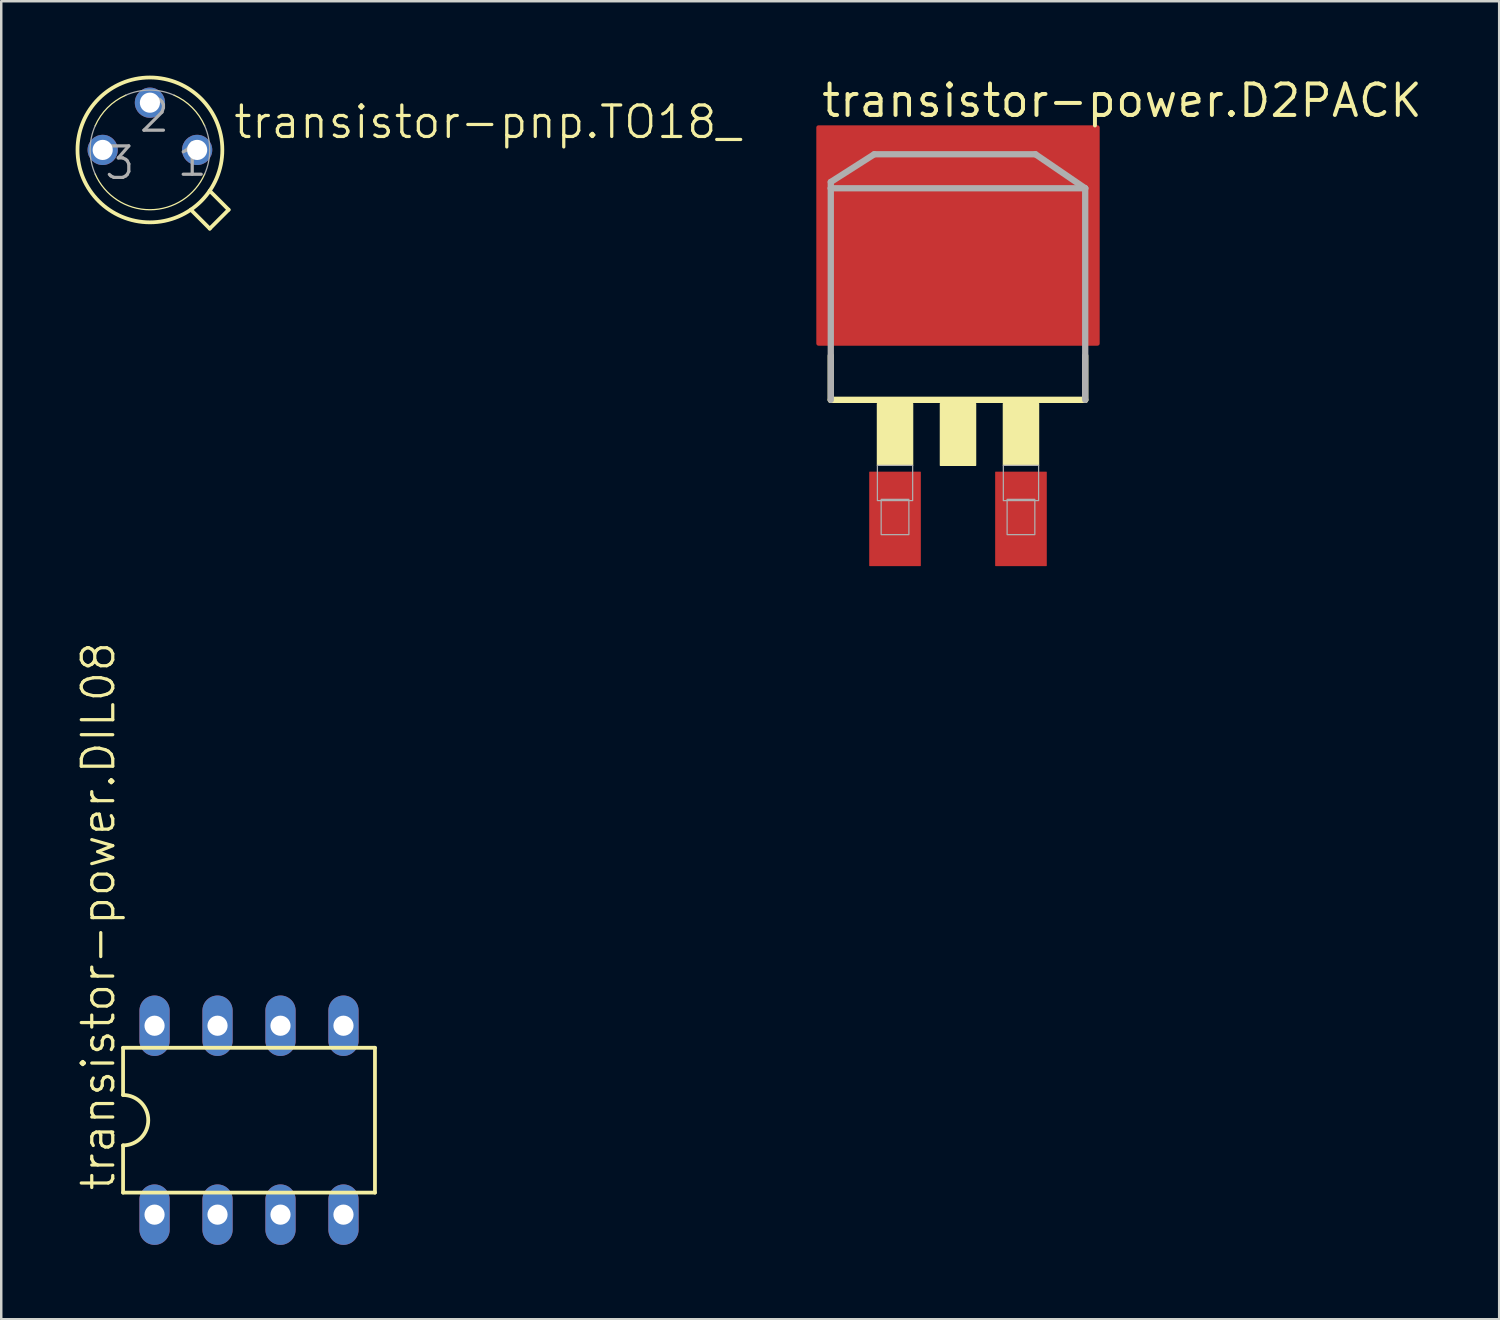
<source format=kicad_pcb>
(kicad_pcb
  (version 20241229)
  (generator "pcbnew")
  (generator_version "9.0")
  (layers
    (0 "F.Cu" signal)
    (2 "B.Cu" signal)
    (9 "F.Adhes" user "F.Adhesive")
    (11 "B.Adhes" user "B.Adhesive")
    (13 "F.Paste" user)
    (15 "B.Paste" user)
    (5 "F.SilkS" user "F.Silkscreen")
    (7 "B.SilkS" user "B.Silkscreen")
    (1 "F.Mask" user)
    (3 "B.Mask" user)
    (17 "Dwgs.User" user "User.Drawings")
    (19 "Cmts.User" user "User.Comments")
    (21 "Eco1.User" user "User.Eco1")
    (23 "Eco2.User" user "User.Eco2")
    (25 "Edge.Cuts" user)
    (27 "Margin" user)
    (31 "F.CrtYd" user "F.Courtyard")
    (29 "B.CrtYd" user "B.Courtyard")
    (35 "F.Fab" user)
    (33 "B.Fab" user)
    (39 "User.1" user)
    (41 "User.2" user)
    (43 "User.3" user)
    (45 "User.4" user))
  (footprint "transistor-pnp.TO18_"
    (layer "F.Cu")
    (at 2.997 2.997)
    (property "Reference" "transistor-pnp.TO18_" (at 3.302 -0.381 0) (layer "F.SilkS") (effects (font (size 1.27 1.27) (thickness 0.13)) (justify left bottom)))
    (attr through_hole)
    (fp_line (start 1.649 2.411) (end 2.413 3.175) (stroke (width 0.152) (type default)) (layer "F.SilkS"))
    (fp_line (start 2.411 1.649) (end 3.175 2.413) (stroke (width 0.152) (type default)) (layer "F.SilkS"))
    (fp_line (start 2.413 3.175) (end 3.175 2.413) (stroke (width 0.152) (type default)) (layer "F.SilkS"))
    (fp_arc (start -2.2098 -0.9692) (mid -1.706248 -1.706248) (end -0.9692 -2.2098) (stroke (width 0.0508) (type default)) (layer "F.SilkS"))
    (fp_arc (start 0.9692 -2.2098) (mid 1.706248 -1.706248) (end 2.2098 -0.9692) (stroke (width 0.0508) (type default)) (layer "F.SilkS"))
    (fp_arc (start 2.2098 0.9692) (mid 0 2.412995) (end -2.2098 0.9692) (stroke (width 0.0508) (type default)) (layer "F.SilkS"))
    (fp_circle (center 0 0) (end 2.921 0) (stroke (width 0.152) (type default)) (fill no) (layer "F.SilkS"))
    (fp_arc (start -2.2098 0.9692) (mid -2.412999 0) (end -2.2098 -0.9692) (stroke (width 0.0508) (type default)) (layer "F.Fab"))
    (fp_arc (start -0.9692 -2.2098) (mid 0 -2.412999) (end 0.9692 -2.2098) (stroke (width 0.0508) (type default)) (layer "F.Fab"))
    (fp_arc (start 2.2098 -0.9692) (mid 2.412999 0) (end 2.2098 0.9692) (stroke (width 0.0508) (type default)) (layer "F.Fab"))
    (fp_text user "1" (at 1.016 1.143 0) (layer "F.Fab") (effects (font (size 1.27 1.27) (thickness 0.13)) (justify left bottom)))
    (fp_text user "2" (at -0.508 -0.635 0) (layer "F.Fab") (effects (font (size 1.27 1.27) (thickness 0.13)) (justify left bottom)))
    (fp_text user "3" (at -1.905 1.27 0) (layer "F.Fab") (effects (font (size 1.27 1.27) (thickness 0.13)) (justify left bottom)))
    (pad "1" thru_hole circle (at 1.905 0) (size 1.219 1.219) (drill 0.813) (layers "*.Cu" "*.Mask"))
    (pad "2" thru_hole circle (at 0 -1.905) (size 1.219 1.219) (drill 0.813) (layers "*.Cu" "*.Mask"))
    (pad "3" thru_hole circle (at -1.905 0) (size 1.219 1.219) (drill 0.813) (layers "*.Cu" "*.Mask")))
  (footprint "transistor-power.D2PACK"
    (layer "F.Cu")
    (at 35.591 8.989)
    (property "Reference" "transistor-power.D2PACK" (at -5.588 -7.239 0) (layer "F.SilkS") (effects (font (size 1.27 1.27) (thickness 0.16)) (justify left bottom)))
    (attr smd)
    (fp_line (start -5.131 4.089) (end -5.131 2.311) (stroke (width 0.254) (type default)) (layer "F.SilkS"))
    (fp_line (start -5.131 4.089) (end 5.131 4.089) (stroke (width 0.254) (type default)) (layer "F.SilkS"))
    (fp_line (start 5.131 4.089) (end 5.131 2.311) (stroke (width 0.254) (type default)) (layer "F.SilkS"))
    (fp_rect (start -3.251 6.731) (end -1.829 4.242) (stroke (width 0.05) (type default)) (fill yes) (layer "F.SilkS"))
    (fp_rect (start -0.711 6.731) (end 0.711 4.242) (stroke (width 0.05) (type default)) (fill yes) (layer "F.SilkS"))
    (fp_rect (start 1.829 6.731) (end 3.251 4.242) (stroke (width 0.05) (type default)) (fill yes) (layer "F.SilkS"))
    (fp_line (start -5.131 -4.699) (end -5.131 -4.445) (stroke (width 0.254) (type default)) (layer "F.Fab"))
    (fp_line (start -5.131 -4.445) (end -5.131 4.089) (stroke (width 0.254) (type default)) (layer "F.Fab"))
    (fp_line (start -5.131 -4.445) (end 5.131 -4.445) (stroke (width 0.254) (type default)) (layer "F.Fab"))
    (fp_line (start -3.378 -5.817) (end -5.131 -4.699) (stroke (width 0.254) (type default)) (layer "F.Fab"))
    (fp_line (start 3.124 -5.817) (end -3.378 -5.817) (stroke (width 0.254) (type default)) (layer "F.Fab"))
    (fp_line (start 5.131 -4.445) (end 3.124 -5.817) (stroke (width 0.254) (type default)) (layer "F.Fab"))
    (fp_line (start 5.131 4.089) (end 5.131 -4.445) (stroke (width 0.254) (type default)) (layer "F.Fab"))
    (fp_rect (start -3.251 8.153) (end -1.829 6.731) (stroke (width 0.05) (type default)) (fill no) (layer "F.Fab"))
    (fp_rect (start -3.099 9.525) (end -1.981 8.103) (stroke (width 0.05) (type default)) (fill no) (layer "F.Fab"))
    (fp_rect (start 1.829 8.153) (end 3.251 6.731) (stroke (width 0.05) (type default)) (fill no) (layer "F.Fab"))
    (fp_rect (start 1.981 9.525) (end 3.099 8.103) (stroke (width 0.05) (type default)) (fill no) (layer "F.Fab"))
    (pad "1" smd roundrect (at -2.54 8.89) (size 2.083 3.81) (layers "F.Cu" "F.Mask" "F.Paste") (roundrect_rratio 0.01))
    (pad "2" smd roundrect (at 0 -2.54) (size 11.43 8.89) (layers "F.Cu" "F.Mask" "F.Paste") (roundrect_rratio 0.01))
    (pad "3" smd roundrect (at 2.54 8.89) (size 2.083 3.81) (layers "F.Cu" "F.Mask" "F.Paste") (roundrect_rratio 0.01)))
  (footprint "transistor-power.DIL08"
    (layer "F.Cu")
    (at 6.994 42.133)
    (property "Reference" "transistor-power.DIL08" (at -5.334 2.921 90) (layer "F.SilkS") (effects (font (size 1.27 1.27) (thickness 0.13)) (justify left bottom)))
    (attr through_hole)
    (fp_line (start -5.08 -2.921) (end -5.08 -1.016) (stroke (width 0.152) (type default)) (layer "F.SilkS"))
    (fp_line (start -5.08 2.921) (end -5.08 1.016) (stroke (width 0.152) (type default)) (layer "F.SilkS"))
    (fp_line (start -5.08 2.921) (end 5.08 2.921) (stroke (width 0.152) (type default)) (layer "F.SilkS"))
    (fp_line (start 5.08 -2.921) (end -5.08 -2.921) (stroke (width 0.152) (type default)) (layer "F.SilkS"))
    (fp_line (start 5.08 -2.921) (end 5.08 2.921) (stroke (width 0.152) (type default)) (layer "F.SilkS"))
    (fp_arc (start -5.08 -1.016) (mid -4.064 0) (end -5.08 1.016) (stroke (width 0.1524) (type default)) (layer "F.SilkS"))
    (pad "1" thru_hole oval (at -3.81 3.81 90) (size 2.438 1.219) (drill 0.813) (layers "*.Cu" "*.Mask"))
    (pad "2" thru_hole oval (at -1.27 3.81 90) (size 2.438 1.219) (drill 0.813) (layers "*.Cu" "*.Mask"))
    (pad "3" thru_hole oval (at 1.27 3.81 90) (size 2.438 1.219) (drill 0.813) (layers "*.Cu" "*.Mask"))
    (pad "4" thru_hole oval (at 3.81 3.81 90) (size 2.438 1.219) (drill 0.813) (layers "*.Cu" "*.Mask"))
    (pad "5" thru_hole oval (at 3.81 -3.81 90) (size 2.438 1.219) (drill 0.813) (layers "*.Cu" "*.Mask"))
    (pad "6" thru_hole oval (at 1.27 -3.81 90) (size 2.438 1.219) (drill 0.813) (layers "*.Cu" "*.Mask"))
    (pad "7" thru_hole oval (at -1.27 -3.81 90) (size 2.438 1.219) (drill 0.813) (layers "*.Cu" "*.Mask"))
    (pad "8" thru_hole oval (at -3.81 -3.81 90) (size 2.438 1.219) (drill 0.813) (layers "*.Cu" "*.Mask")))
  (gr_rect
    (start -3 -3)
    (end 57.42 50.162)
    (stroke (width 0.1) (type default))
    (fill no)
    (layer "Edge.Cuts")))
</source>
